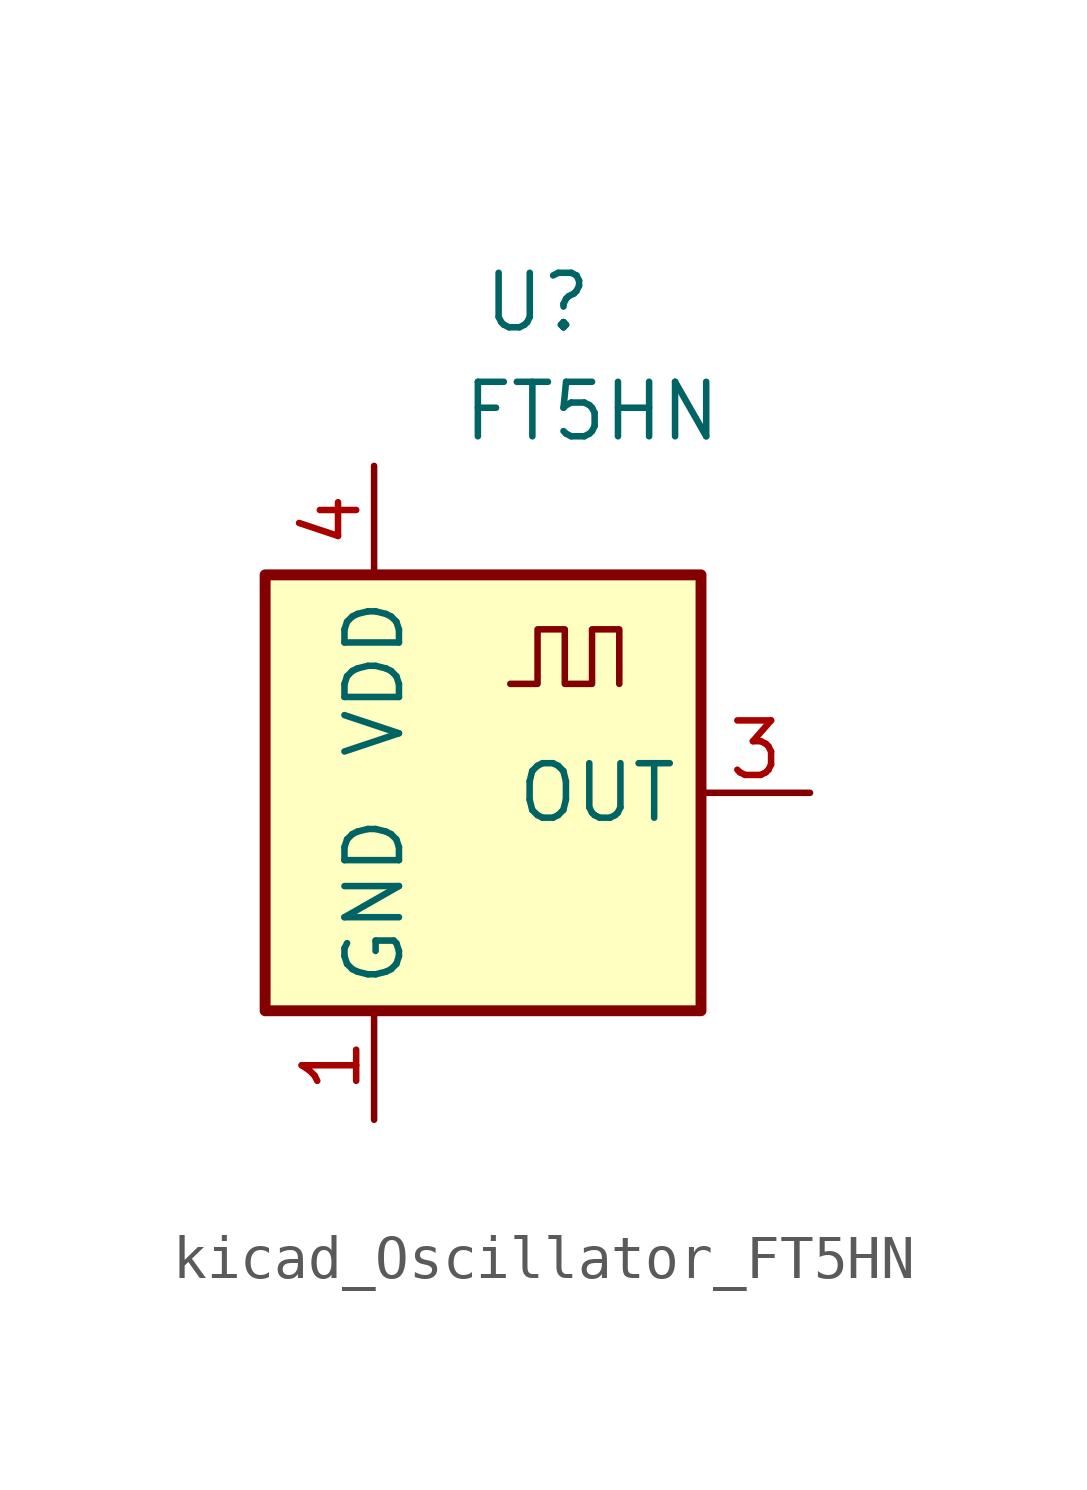
<source format=kicad_sym>
(kicad_symbol_lib
  (version 20220914)
  (generator kicad_symbol_editor)
  (symbol "kicad_Oscillator_FT5HN"
    (property "Reference" "U"
      (at 1.27 11.43 0)
      (effects (font (size 1.27 1.27))))
    (property "Value" "FT5HN"
      (at 2.54 8.89 0)
      (effects (font (size 1.27 1.27))))
    (symbol "kicad_Oscillator_FT5HN_0_1"
      (rectangle (start -5.08 5.08) (end 5.08 -5.08) (stroke (width 0.254) (type default)) (fill (type background)))
      (polyline (pts (xy 0.635 2.54) (xy 1.27 2.54) (xy 1.27 3.81) (xy 1.905 3.81) (xy 1.905 2.54) (xy 2.54 2.54) (xy 2.54 3.81) (xy 3.175 3.81) (xy 3.175 2.54)) (stroke (width 0) (type default)) (fill (type none))))
    (symbol "kicad_Oscillator_FT5HN_1_1"
      (pin power_in line (at -2.54 -7.62 90) (length 2.54) (name "GND" (effects (font (size 1.27 1.27)))) (number "1" (effects (font (size 1.27 1.27)))))
      (pin passive line (at -2.54 -7.62 90) (length 2.54) hide (name "GND" (effects (font (size 1.27 1.27)))) (number "2" (effects (font (size 1.27 1.27)))))
      (pin output line (at 7.62 0 180) (length 2.54) (name "OUT" (effects (font (size 1.27 1.27)))) (number "3" (effects (font (size 1.27 1.27)))))
      (pin power_in line (at -2.54 7.62 270) (length 2.54) (name "VDD" (effects (font (size 1.27 1.27)))) (number "4" (effects (font (size 1.27 1.27))))))))
</source>
